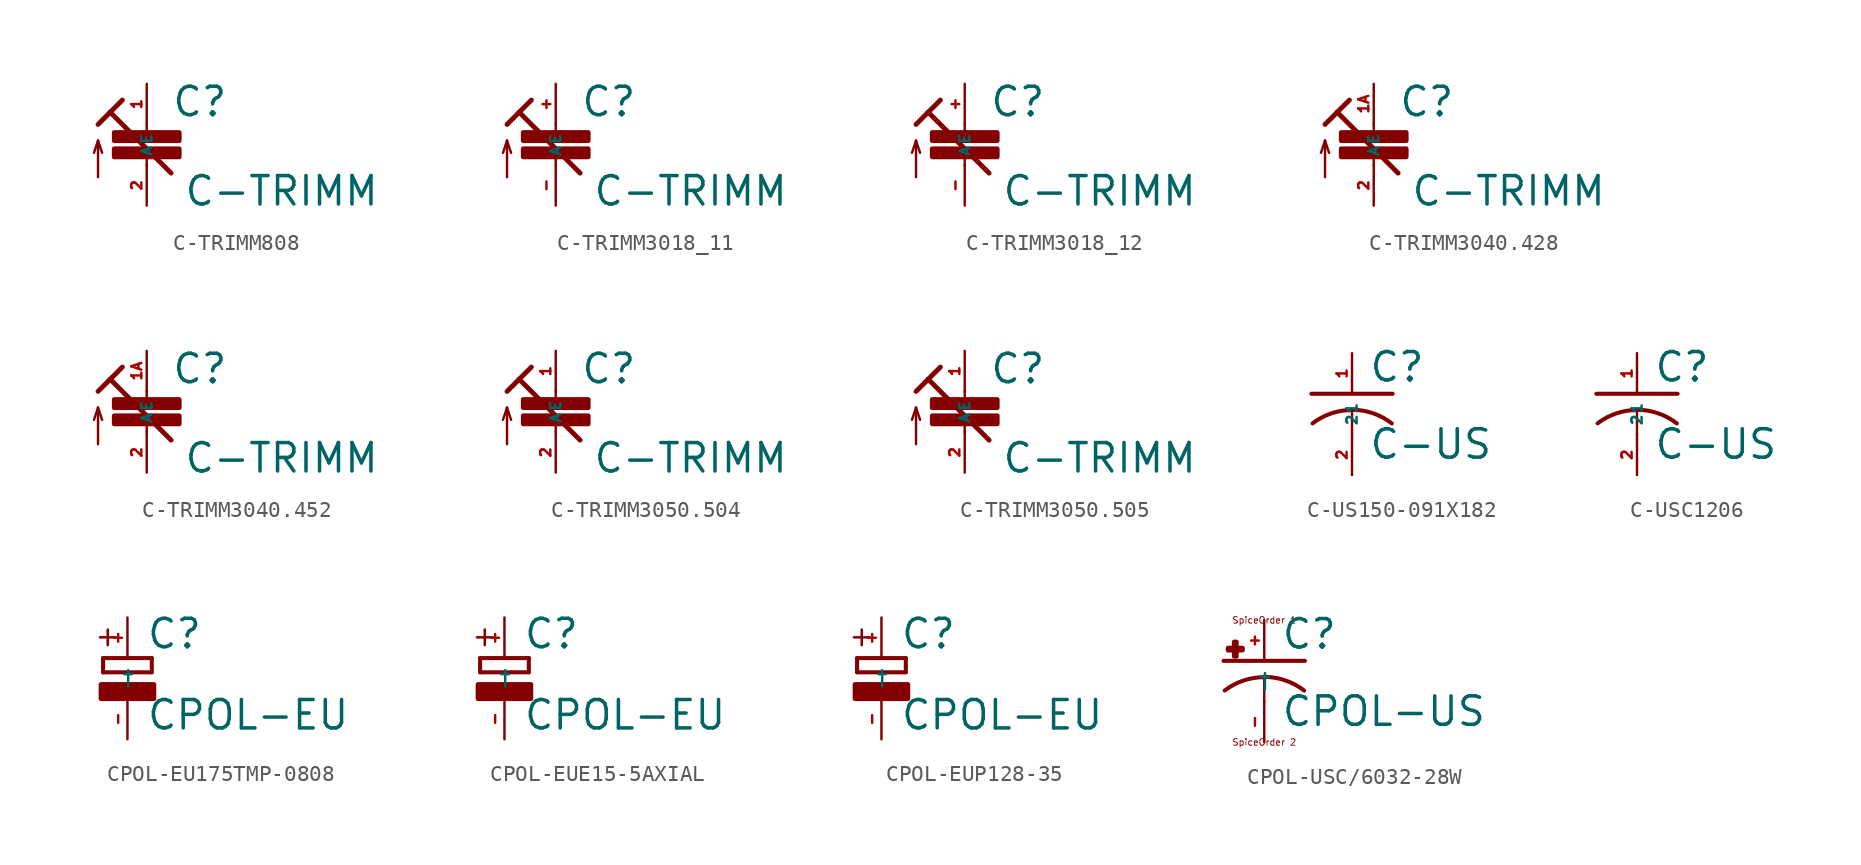
<source format=kicad_sym>
(kicad_symbol_lib
  (version 20220914)
  (generator Eagle2Kicad)
  (symbol "C-TRIMM808"
    (property "Reference" "C"
      (at 1.524 0.381 0)
      (effects (font (size 1.778 1.778) (thickness 0.22)) (justify left bottom)))
    (property "Value" "C-TRIMM"
      (at 2.286 -5.207 0)
      (effects (font (size 1.778 1.778) (thickness 0.22)) (justify left bottom)))
    (polyline
      (pts (xy 0 0) (xy 0 -0.508))
      (stroke (width 0.152) (type default))
      (fill (type none)))
    (polyline
      (pts (xy 0 -2.54) (xy 0 -2.032))
      (stroke (width 0.152) (type default))
      (fill (type none)))
    (polyline
      (pts (xy 1.524 -3.048) (xy -2.286 0.762))
      (stroke (width 0.305) (type default))
      (fill (type none)))
    (polyline
      (pts (xy -3.048 0) (xy -2.286 0.762))
      (stroke (width 0.305) (type default))
      (fill (type none)))
    (polyline
      (pts (xy -2.286 0.762) (xy -1.524 1.524))
      (stroke (width 0.305) (type default))
      (fill (type none)))
    (polyline
      (pts (xy -3.048 -3.302) (xy -3.048 -1.016))
      (stroke (width 0.152) (type default))
      (fill (type none)))
    (polyline
      (pts (xy -3.048 -1.016) (xy -3.302 -1.778))
      (stroke (width 0.152) (type default))
      (fill (type none)))
    (polyline
      (pts (xy -3.048 -1.016) (xy -2.794 -1.778))
      (stroke (width 0.152) (type default))
      (fill (type none)))
    (rectangle
      (start -2.032 -2.032)
      (end 2.032 -1.524)
      (stroke (width 0.3) (type default))
      (fill (type outline)))
    (rectangle
      (start -2.032 -1.016)
      (end 2.032 -0.508)
      (stroke (width 0.3) (type default))
      (fill (type outline)))
    (pin passive line
      (at 0 2.54 270)
      (length 2.54)
      (name "E" (effects (font (size 0.635 0.635) (thickness 0.08)) (justify left bottom)))
      (number "1" (effects (font (size 0.635 0.635) (thickness 0.08)) (justify left bottom))))
    (pin passive line
      (at 0 -5.08 90)
      (length 2.54)
      (name "A" (effects (font (size 0.635 0.635) (thickness 0.08)) (justify left bottom)))
      (number "2" (effects (font (size 0.635 0.635) (thickness 0.08)) (justify left bottom)))))
  (symbol "C-TRIMM3018_11"
    (property "Reference" "C"
      (at 1.524 0.381 0)
      (effects (font (size 1.778 1.778) (thickness 0.22)) (justify left bottom)))
    (property "Value" "C-TRIMM"
      (at 2.286 -5.207 0)
      (effects (font (size 1.778 1.778) (thickness 0.22)) (justify left bottom)))
    (polyline
      (pts (xy 0 0) (xy 0 -0.508))
      (stroke (width 0.152) (type default))
      (fill (type none)))
    (polyline
      (pts (xy 0 -2.54) (xy 0 -2.032))
      (stroke (width 0.152) (type default))
      (fill (type none)))
    (polyline
      (pts (xy 1.524 -3.048) (xy -2.286 0.762))
      (stroke (width 0.305) (type default))
      (fill (type none)))
    (polyline
      (pts (xy -3.048 0) (xy -2.286 0.762))
      (stroke (width 0.305) (type default))
      (fill (type none)))
    (polyline
      (pts (xy -2.286 0.762) (xy -1.524 1.524))
      (stroke (width 0.305) (type default))
      (fill (type none)))
    (polyline
      (pts (xy -3.048 -3.302) (xy -3.048 -1.016))
      (stroke (width 0.152) (type default))
      (fill (type none)))
    (polyline
      (pts (xy -3.048 -1.016) (xy -3.302 -1.778))
      (stroke (width 0.152) (type default))
      (fill (type none)))
    (polyline
      (pts (xy -3.048 -1.016) (xy -2.794 -1.778))
      (stroke (width 0.152) (type default))
      (fill (type none)))
    (rectangle
      (start -2.032 -2.032)
      (end 2.032 -1.524)
      (stroke (width 0.3) (type default))
      (fill (type outline)))
    (rectangle
      (start -2.032 -1.016)
      (end 2.032 -0.508)
      (stroke (width 0.3) (type default))
      (fill (type outline)))
    (pin passive line
      (at 0 2.54 270)
      (length 2.54)
      (name "E" (effects (font (size 0.635 0.635) (thickness 0.08)) (justify left bottom)))
      (number "+" (effects (font (size 0.635 0.635) (thickness 0.08)) (justify left bottom))))
    (pin passive line
      (at 0 -5.08 90)
      (length 2.54)
      (name "A" (effects (font (size 0.635 0.635) (thickness 0.08)) (justify left bottom)))
      (number "-" (effects (font (size 0.635 0.635) (thickness 0.08)) (justify left bottom)))))
  (symbol "C-TRIMM3018_12"
    (property "Reference" "C"
      (at 1.524 0.381 0)
      (effects (font (size 1.778 1.778) (thickness 0.22)) (justify left bottom)))
    (property "Value" "C-TRIMM"
      (at 2.286 -5.207 0)
      (effects (font (size 1.778 1.778) (thickness 0.22)) (justify left bottom)))
    (polyline
      (pts (xy 0 0) (xy 0 -0.508))
      (stroke (width 0.152) (type default))
      (fill (type none)))
    (polyline
      (pts (xy 0 -2.54) (xy 0 -2.032))
      (stroke (width 0.152) (type default))
      (fill (type none)))
    (polyline
      (pts (xy 1.524 -3.048) (xy -2.286 0.762))
      (stroke (width 0.305) (type default))
      (fill (type none)))
    (polyline
      (pts (xy -3.048 0) (xy -2.286 0.762))
      (stroke (width 0.305) (type default))
      (fill (type none)))
    (polyline
      (pts (xy -2.286 0.762) (xy -1.524 1.524))
      (stroke (width 0.305) (type default))
      (fill (type none)))
    (polyline
      (pts (xy -3.048 -3.302) (xy -3.048 -1.016))
      (stroke (width 0.152) (type default))
      (fill (type none)))
    (polyline
      (pts (xy -3.048 -1.016) (xy -3.302 -1.778))
      (stroke (width 0.152) (type default))
      (fill (type none)))
    (polyline
      (pts (xy -3.048 -1.016) (xy -2.794 -1.778))
      (stroke (width 0.152) (type default))
      (fill (type none)))
    (rectangle
      (start -2.032 -2.032)
      (end 2.032 -1.524)
      (stroke (width 0.3) (type default))
      (fill (type outline)))
    (rectangle
      (start -2.032 -1.016)
      (end 2.032 -0.508)
      (stroke (width 0.3) (type default))
      (fill (type outline)))
    (pin passive line
      (at 0 2.54 270)
      (length 2.54)
      (name "E" (effects (font (size 0.635 0.635) (thickness 0.08)) (justify left bottom)))
      (number "+" (effects (font (size 0.635 0.635) (thickness 0.08)) (justify left bottom))))
    (pin passive line
      (at 0 -5.08 90)
      (length 2.54)
      (name "A" (effects (font (size 0.635 0.635) (thickness 0.08)) (justify left bottom)))
      (number "-" (effects (font (size 0.635 0.635) (thickness 0.08)) (justify left bottom)))))
  (symbol "C-TRIMM3040.428"
    (property "Reference" "C"
      (at 1.524 0.381 0)
      (effects (font (size 1.778 1.778) (thickness 0.22)) (justify left bottom)))
    (property "Value" "C-TRIMM"
      (at 2.286 -5.207 0)
      (effects (font (size 1.778 1.778) (thickness 0.22)) (justify left bottom)))
    (polyline
      (pts (xy 0 0) (xy 0 -0.508))
      (stroke (width 0.152) (type default))
      (fill (type none)))
    (polyline
      (pts (xy 0 -2.54) (xy 0 -2.032))
      (stroke (width 0.152) (type default))
      (fill (type none)))
    (polyline
      (pts (xy 1.524 -3.048) (xy -2.286 0.762))
      (stroke (width 0.305) (type default))
      (fill (type none)))
    (polyline
      (pts (xy -3.048 0) (xy -2.286 0.762))
      (stroke (width 0.305) (type default))
      (fill (type none)))
    (polyline
      (pts (xy -2.286 0.762) (xy -1.524 1.524))
      (stroke (width 0.305) (type default))
      (fill (type none)))
    (polyline
      (pts (xy -3.048 -3.302) (xy -3.048 -1.016))
      (stroke (width 0.152) (type default))
      (fill (type none)))
    (polyline
      (pts (xy -3.048 -1.016) (xy -3.302 -1.778))
      (stroke (width 0.152) (type default))
      (fill (type none)))
    (polyline
      (pts (xy -3.048 -1.016) (xy -2.794 -1.778))
      (stroke (width 0.152) (type default))
      (fill (type none)))
    (rectangle
      (start -2.032 -2.032)
      (end 2.032 -1.524)
      (stroke (width 0.3) (type default))
      (fill (type outline)))
    (rectangle
      (start -2.032 -1.016)
      (end 2.032 -0.508)
      (stroke (width 0.3) (type default))
      (fill (type outline)))
    (pin passive line
      (at 0 2.54 270)
      (length 2.54)
      (name "E" (effects (font (size 0.635 0.635) (thickness 0.08)) (justify left bottom)))
      (number "1A" (effects (font (size 0.635 0.635) (thickness 0.08)) (justify left bottom))))
    (pin passive line
      (at 0 -5.08 90)
      (length 2.54)
      (name "A" (effects (font (size 0.635 0.635) (thickness 0.08)) (justify left bottom)))
      (number "2" (effects (font (size 0.635 0.635) (thickness 0.08)) (justify left bottom)))))
  (symbol "C-TRIMM3040.452"
    (property "Reference" "C"
      (at 1.524 0.381 0)
      (effects (font (size 1.778 1.778) (thickness 0.22)) (justify left bottom)))
    (property "Value" "C-TRIMM"
      (at 2.286 -5.207 0)
      (effects (font (size 1.778 1.778) (thickness 0.22)) (justify left bottom)))
    (polyline
      (pts (xy 0 0) (xy 0 -0.508))
      (stroke (width 0.152) (type default))
      (fill (type none)))
    (polyline
      (pts (xy 0 -2.54) (xy 0 -2.032))
      (stroke (width 0.152) (type default))
      (fill (type none)))
    (polyline
      (pts (xy 1.524 -3.048) (xy -2.286 0.762))
      (stroke (width 0.305) (type default))
      (fill (type none)))
    (polyline
      (pts (xy -3.048 0) (xy -2.286 0.762))
      (stroke (width 0.305) (type default))
      (fill (type none)))
    (polyline
      (pts (xy -2.286 0.762) (xy -1.524 1.524))
      (stroke (width 0.305) (type default))
      (fill (type none)))
    (polyline
      (pts (xy -3.048 -3.302) (xy -3.048 -1.016))
      (stroke (width 0.152) (type default))
      (fill (type none)))
    (polyline
      (pts (xy -3.048 -1.016) (xy -3.302 -1.778))
      (stroke (width 0.152) (type default))
      (fill (type none)))
    (polyline
      (pts (xy -3.048 -1.016) (xy -2.794 -1.778))
      (stroke (width 0.152) (type default))
      (fill (type none)))
    (rectangle
      (start -2.032 -2.032)
      (end 2.032 -1.524)
      (stroke (width 0.3) (type default))
      (fill (type outline)))
    (rectangle
      (start -2.032 -1.016)
      (end 2.032 -0.508)
      (stroke (width 0.3) (type default))
      (fill (type outline)))
    (pin passive line
      (at 0 2.54 270)
      (length 2.54)
      (name "E" (effects (font (size 0.635 0.635) (thickness 0.08)) (justify left bottom)))
      (number "1A" (effects (font (size 0.635 0.635) (thickness 0.08)) (justify left bottom))))
    (pin passive line
      (at 0 -5.08 90)
      (length 2.54)
      (name "A" (effects (font (size 0.635 0.635) (thickness 0.08)) (justify left bottom)))
      (number "2" (effects (font (size 0.635 0.635) (thickness 0.08)) (justify left bottom)))))
  (symbol "C-TRIMM3050.504"
    (property "Reference" "C"
      (at 1.524 0.381 0)
      (effects (font (size 1.778 1.778) (thickness 0.22)) (justify left bottom)))
    (property "Value" "C-TRIMM"
      (at 2.286 -5.207 0)
      (effects (font (size 1.778 1.778) (thickness 0.22)) (justify left bottom)))
    (polyline
      (pts (xy 0 0) (xy 0 -0.508))
      (stroke (width 0.152) (type default))
      (fill (type none)))
    (polyline
      (pts (xy 0 -2.54) (xy 0 -2.032))
      (stroke (width 0.152) (type default))
      (fill (type none)))
    (polyline
      (pts (xy 1.524 -3.048) (xy -2.286 0.762))
      (stroke (width 0.305) (type default))
      (fill (type none)))
    (polyline
      (pts (xy -3.048 0) (xy -2.286 0.762))
      (stroke (width 0.305) (type default))
      (fill (type none)))
    (polyline
      (pts (xy -2.286 0.762) (xy -1.524 1.524))
      (stroke (width 0.305) (type default))
      (fill (type none)))
    (polyline
      (pts (xy -3.048 -3.302) (xy -3.048 -1.016))
      (stroke (width 0.152) (type default))
      (fill (type none)))
    (polyline
      (pts (xy -3.048 -1.016) (xy -3.302 -1.778))
      (stroke (width 0.152) (type default))
      (fill (type none)))
    (polyline
      (pts (xy -3.048 -1.016) (xy -2.794 -1.778))
      (stroke (width 0.152) (type default))
      (fill (type none)))
    (rectangle
      (start -2.032 -2.032)
      (end 2.032 -1.524)
      (stroke (width 0.3) (type default))
      (fill (type outline)))
    (rectangle
      (start -2.032 -1.016)
      (end 2.032 -0.508)
      (stroke (width 0.3) (type default))
      (fill (type outline)))
    (pin passive line
      (at 0 2.54 270)
      (length 2.54)
      (name "E" (effects (font (size 0.635 0.635) (thickness 0.08)) (justify left bottom)))
      (number "1" (effects (font (size 0.635 0.635) (thickness 0.08)) (justify left bottom))))
    (pin passive line
      (at 0 -5.08 90)
      (length 2.54)
      (name "A" (effects (font (size 0.635 0.635) (thickness 0.08)) (justify left bottom)))
      (number "2" (effects (font (size 0.635 0.635) (thickness 0.08)) (justify left bottom)))))
  (symbol "C-TRIMM3050.505"
    (property "Reference" "C"
      (at 1.524 0.381 0)
      (effects (font (size 1.778 1.778) (thickness 0.22)) (justify left bottom)))
    (property "Value" "C-TRIMM"
      (at 2.286 -5.207 0)
      (effects (font (size 1.778 1.778) (thickness 0.22)) (justify left bottom)))
    (polyline
      (pts (xy 0 0) (xy 0 -0.508))
      (stroke (width 0.152) (type default))
      (fill (type none)))
    (polyline
      (pts (xy 0 -2.54) (xy 0 -2.032))
      (stroke (width 0.152) (type default))
      (fill (type none)))
    (polyline
      (pts (xy 1.524 -3.048) (xy -2.286 0.762))
      (stroke (width 0.305) (type default))
      (fill (type none)))
    (polyline
      (pts (xy -3.048 0) (xy -2.286 0.762))
      (stroke (width 0.305) (type default))
      (fill (type none)))
    (polyline
      (pts (xy -2.286 0.762) (xy -1.524 1.524))
      (stroke (width 0.305) (type default))
      (fill (type none)))
    (polyline
      (pts (xy -3.048 -3.302) (xy -3.048 -1.016))
      (stroke (width 0.152) (type default))
      (fill (type none)))
    (polyline
      (pts (xy -3.048 -1.016) (xy -3.302 -1.778))
      (stroke (width 0.152) (type default))
      (fill (type none)))
    (polyline
      (pts (xy -3.048 -1.016) (xy -2.794 -1.778))
      (stroke (width 0.152) (type default))
      (fill (type none)))
    (rectangle
      (start -2.032 -2.032)
      (end 2.032 -1.524)
      (stroke (width 0.3) (type default))
      (fill (type outline)))
    (rectangle
      (start -2.032 -1.016)
      (end 2.032 -0.508)
      (stroke (width 0.3) (type default))
      (fill (type outline)))
    (pin passive line
      (at 0 2.54 270)
      (length 2.54)
      (name "E" (effects (font (size 0.635 0.635) (thickness 0.08)) (justify left bottom)))
      (number "1" (effects (font (size 0.635 0.635) (thickness 0.08)) (justify left bottom))))
    (pin passive line
      (at 0 -5.08 90)
      (length 2.54)
      (name "A" (effects (font (size 0.635 0.635) (thickness 0.08)) (justify left bottom)))
      (number "2" (effects (font (size 0.635 0.635) (thickness 0.08)) (justify left bottom)))))
  (symbol "C-US150-091X182"
    (property "Reference" "C"
      (at 1.016 0.635 0)
      (effects (font (size 1.778 1.778) (thickness 0.22)) (justify left bottom)))
    (property "Value" "C-US"
      (at 1.016 -4.191 0)
      (effects (font (size 1.778 1.778) (thickness 0.22)) (justify left bottom)))
    (polyline
      (pts (xy -2.54 0) (xy 2.54 0))
      (stroke (width 0.254) (type default))
      (fill (type none)))
    (polyline
      (pts (xy 0 -1.016) (xy 0 -2.54))
      (stroke (width 0.152) (type default))
      (fill (type none)))
    (arc
      (start 2.4892 -1.8542)
      (mid 1.316 -1.220)
      (end 0 -1)
      (stroke (width 0.254) (type default))
      (fill (type none)))
    (arc
      (start 0 -1.0161)
      (mid -1.302 -1.230)
      (end -2.4668 -1.8504)
      (stroke (width 0.254) (type default))
      (fill (type none)))
    (pin passive line
      (at 0 2.54 270)
      (length 2.54)
      (name "1" (effects (font (size 0.635 0.635) (thickness 0.08)) (justify left bottom)))
      (number "1" (effects (font (size 0.635 0.635) (thickness 0.08)) (justify left bottom))))
    (pin passive line
      (at 0 -5.08 90)
      (length 2.54)
      (name "2" (effects (font (size 0.635 0.635) (thickness 0.08)) (justify left bottom)))
      (number "2" (effects (font (size 0.635 0.635) (thickness 0.08)) (justify left bottom)))))
  (symbol "C-USC1206"
    (property "Reference" "C"
      (at 1.016 0.635 0)
      (effects (font (size 1.778 1.778) (thickness 0.22)) (justify left bottom)))
    (property "Value" "C-US"
      (at 1.016 -4.191 0)
      (effects (font (size 1.778 1.778) (thickness 0.22)) (justify left bottom)))
    (polyline
      (pts (xy -2.54 0) (xy 2.54 0))
      (stroke (width 0.254) (type default))
      (fill (type none)))
    (polyline
      (pts (xy 0 -1.016) (xy 0 -2.54))
      (stroke (width 0.152) (type default))
      (fill (type none)))
    (arc
      (start 2.4892 -1.8542)
      (mid 1.316 -1.220)
      (end 0 -1)
      (stroke (width 0.254) (type default))
      (fill (type none)))
    (arc
      (start 0 -1.0161)
      (mid -1.302 -1.230)
      (end -2.4668 -1.8504)
      (stroke (width 0.254) (type default))
      (fill (type none)))
    (pin passive line
      (at 0 2.54 270)
      (length 2.54)
      (name "1" (effects (font (size 0.635 0.635) (thickness 0.08)) (justify left bottom)))
      (number "1" (effects (font (size 0.635 0.635) (thickness 0.08)) (justify left bottom))))
    (pin passive line
      (at 0 -5.08 90)
      (length 2.54)
      (name "2" (effects (font (size 0.635 0.635) (thickness 0.08)) (justify left bottom)))
      (number "2" (effects (font (size 0.635 0.635) (thickness 0.08)) (justify left bottom)))))
  (symbol "CPOL-EU175TMP-0808"
    (property "Reference" "C"
      (at 1.143 0.483 0)
      (effects (font (size 1.778 1.778) (thickness 0.22)) (justify left bottom)))
    (property "Value" "CPOL-EU"
      (at 1.143 -4.597 0)
      (effects (font (size 1.778 1.778) (thickness 0.22)) (justify left bottom)))
    (polyline
      (pts (xy -1.524 -0.889) (xy 1.524 -0.889))
      (stroke (width 0.254) (type default))
      (fill (type none)))
    (polyline
      (pts (xy 1.524 -0.889) (xy 1.524 0))
      (stroke (width 0.254) (type default))
      (fill (type none)))
    (polyline
      (pts (xy -1.524 0) (xy -1.524 -0.889))
      (stroke (width 0.254) (type default))
      (fill (type none)))
    (polyline
      (pts (xy -1.524 0) (xy 1.524 0))
      (stroke (width 0.254) (type default))
      (fill (type none)))
    (text "+"
      (at -0.584 0.406 900)
      (effects (font (size 1.27 1.27) (thickness 0.16)) (justify left bottom)))
    (rectangle
      (start -1.651 -2.54)
      (end 1.651 -1.651)
      (stroke (width 0.3) (type default))
      (fill (type outline)))
    (pin passive line
      (at 0 -5.08 90)
      (length 2.54)
      (name "-" (effects (font (size 0.635 0.635) (thickness 0.08)) (justify left bottom)))
      (number "-" (effects (font (size 0.635 0.635) (thickness 0.08)) (justify left bottom))))
    (pin passive line
      (at 0 2.54 270)
      (length 2.54)
      (name "+" (effects (font (size 0.635 0.635) (thickness 0.08)) (justify left bottom)))
      (number "+" (effects (font (size 0.635 0.635) (thickness 0.08)) (justify left bottom)))))
  (symbol "CPOL-EUE15-5AXIAL"
    (property "Reference" "C"
      (at 1.143 0.483 0)
      (effects (font (size 1.778 1.778) (thickness 0.22)) (justify left bottom)))
    (property "Value" "CPOL-EU"
      (at 1.143 -4.597 0)
      (effects (font (size 1.778 1.778) (thickness 0.22)) (justify left bottom)))
    (polyline
      (pts (xy -1.524 -0.889) (xy 1.524 -0.889))
      (stroke (width 0.254) (type default))
      (fill (type none)))
    (polyline
      (pts (xy 1.524 -0.889) (xy 1.524 0))
      (stroke (width 0.254) (type default))
      (fill (type none)))
    (polyline
      (pts (xy -1.524 0) (xy -1.524 -0.889))
      (stroke (width 0.254) (type default))
      (fill (type none)))
    (polyline
      (pts (xy -1.524 0) (xy 1.524 0))
      (stroke (width 0.254) (type default))
      (fill (type none)))
    (text "+"
      (at -0.584 0.406 900)
      (effects (font (size 1.27 1.27) (thickness 0.16)) (justify left bottom)))
    (rectangle
      (start -1.651 -2.54)
      (end 1.651 -1.651)
      (stroke (width 0.3) (type default))
      (fill (type outline)))
    (pin passive line
      (at 0 -5.08 90)
      (length 2.54)
      (name "-" (effects (font (size 0.635 0.635) (thickness 0.08)) (justify left bottom)))
      (number "-" (effects (font (size 0.635 0.635) (thickness 0.08)) (justify left bottom))))
    (pin passive line
      (at 0 2.54 270)
      (length 2.54)
      (name "+" (effects (font (size 0.635 0.635) (thickness 0.08)) (justify left bottom)))
      (number "+" (effects (font (size 0.635 0.635) (thickness 0.08)) (justify left bottom)))))
  (symbol "CPOL-EUP128-35"
    (property "Reference" "C"
      (at 1.143 0.483 0)
      (effects (font (size 1.778 1.778) (thickness 0.22)) (justify left bottom)))
    (property "Value" "CPOL-EU"
      (at 1.143 -4.597 0)
      (effects (font (size 1.778 1.778) (thickness 0.22)) (justify left bottom)))
    (polyline
      (pts (xy -1.524 -0.889) (xy 1.524 -0.889))
      (stroke (width 0.254) (type default))
      (fill (type none)))
    (polyline
      (pts (xy 1.524 -0.889) (xy 1.524 0))
      (stroke (width 0.254) (type default))
      (fill (type none)))
    (polyline
      (pts (xy -1.524 0) (xy -1.524 -0.889))
      (stroke (width 0.254) (type default))
      (fill (type none)))
    (polyline
      (pts (xy -1.524 0) (xy 1.524 0))
      (stroke (width 0.254) (type default))
      (fill (type none)))
    (text "+"
      (at -0.584 0.406 900)
      (effects (font (size 1.27 1.27) (thickness 0.16)) (justify left bottom)))
    (rectangle
      (start -1.651 -2.54)
      (end 1.651 -1.651)
      (stroke (width 0.3) (type default))
      (fill (type outline)))
    (pin passive line
      (at 0 -5.08 90)
      (length 2.54)
      (name "-" (effects (font (size 0.635 0.635) (thickness 0.08)) (justify left bottom)))
      (number "-" (effects (font (size 0.635 0.635) (thickness 0.08)) (justify left bottom))))
    (pin passive line
      (at 0 2.54 270)
      (length 2.54)
      (name "+" (effects (font (size 0.635 0.635) (thickness 0.08)) (justify left bottom)))
      (number "+" (effects (font (size 0.635 0.635) (thickness 0.08)) (justify left bottom)))))
  (symbol "CPOL-USC/6032-28W"
    (property "Reference" "C"
      (at 1.016 0.635 0)
      (effects (font (size 1.778 1.778) (thickness 0.22)) (justify left bottom)))
    (property "Value" "CPOL-US"
      (at 1.016 -4.191 0)
      (effects (font (size 1.778 1.778) (thickness 0.22)) (justify left bottom)))
    (polyline
      (pts (xy -2.54 0) (xy 2.54 0))
      (stroke (width 0.254) (type default))
      (fill (type none)))
    (polyline
      (pts (xy 0 -1.016) (xy 0 -2.54))
      (stroke (width 0.152) (type default))
      (fill (type none)))
    (arc
      (start 2.4892 -1.8542)
      (mid 1.316 -1.220)
      (end 0 -1)
      (stroke (width 0.254) (type default))
      (fill (type none)))
    (arc
      (start 0 -1.0161)
      (mid -1.302 -1.230)
      (end -2.4669 -1.8504)
      (stroke (width 0.254) (type default))
      (fill (type none)))
    (text "SpiceOrder 1"
      (at 0 2.54 0)
      (effects (font (size 0.406 0.406) (thickness 0.05))))
    (text "SpiceOrder 2"
      (at 0 -5.08 0)
      (effects (font (size 0.406 0.406) (thickness 0.05))))
    (rectangle
      (start -2.253 0.668)
      (end -1.364 0.795)
      (stroke (width 0.3) (type default))
      (fill (type outline)))
    (rectangle
      (start -1.872 0.287)
      (end -1.745 1.176)
      (stroke (width 0.3) (type default))
      (fill (type outline)))
    (pin passive line
      (at 0 2.54 270)
      (length 2.54)
      (name "+" (effects (font (size 0.635 0.635) (thickness 0.08)) (justify left bottom)))
      (number "+" (effects (font (size 0.635 0.635) (thickness 0.08)) (justify left bottom))))
    (pin passive line
      (at 0 -5.08 90)
      (length 2.54)
      (name "-" (effects (font (size 0.635 0.635) (thickness 0.08)) (justify left bottom)))
      (number "-" (effects (font (size 0.635 0.635) (thickness 0.08)) (justify left bottom))))))
</source>
